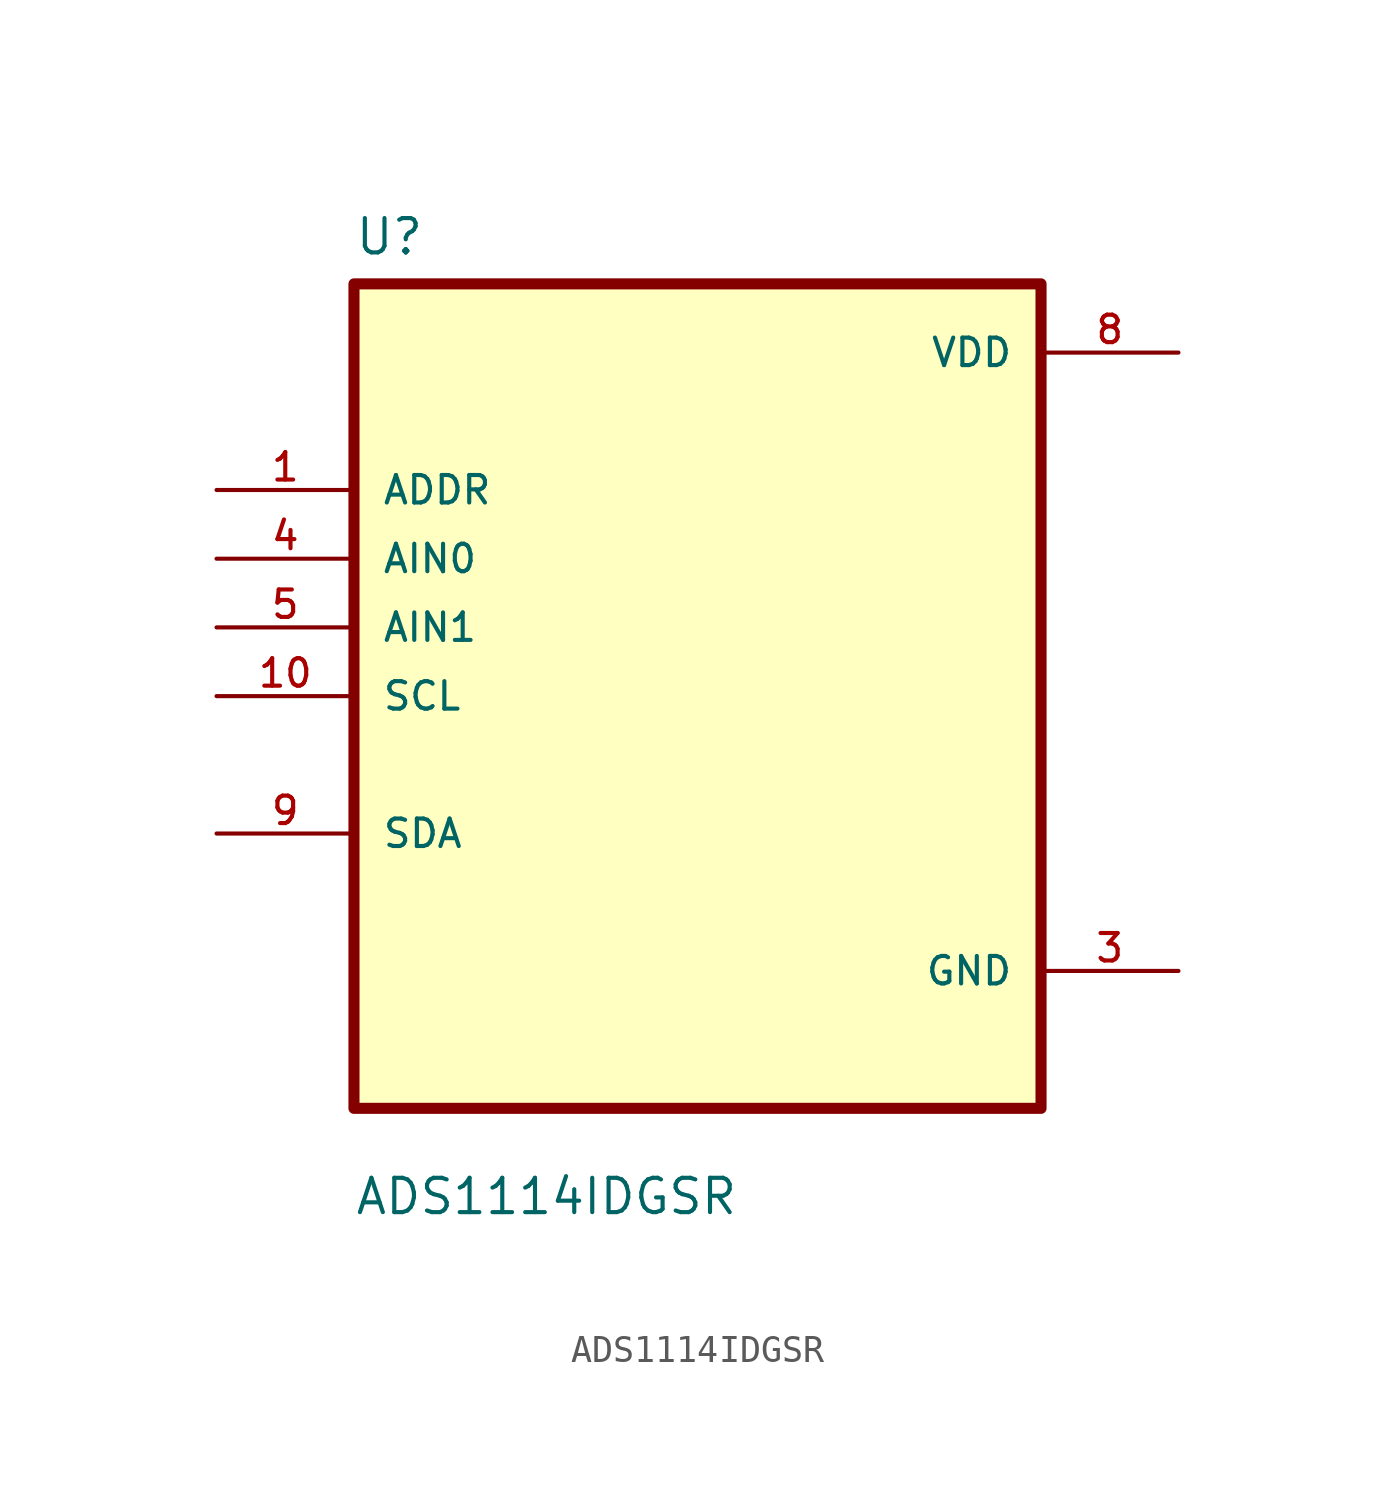
<source format=kicad_sym>
(kicad_symbol_lib
  (version 20211014)
  (generator kicad_symbol_editor)
  (symbol "ADS1114IDGSR"
    (pin_names
      (offset 1.016))
    (property "Reference" "U"
      (at -12.7 16.24 0.0)
      (effects (font (size 1.27 1.27)) (justify bottom left)))
    (property "Value" "ADS1114IDGSR"
      (at -12.7 -19.24 0.0)
      (effects (font (size 1.27 1.27)) (justify bottom left)))
    (symbol "ADS1114IDGSR_0_0"
      (rectangle (start -12.7 -15.24) (end 12.7 15.24) (stroke (width 0.41)) (fill (type background)))
      (pin input line (at -17.78 7.62 0) (length 5.08) (name "ADDR" (effects (font (size 1.016 1.016)))) (number "1" (effects (font (size 1.016 1.016)))))
      (pin input line (at -17.78 5.08 0) (length 5.08) (name "AIN0" (effects (font (size 1.016 1.016)))) (number "4" (effects (font (size 1.016 1.016)))))
      (pin input line (at -17.78 2.54 0) (length 5.08) (name "AIN1" (effects (font (size 1.016 1.016)))) (number "5" (effects (font (size 1.016 1.016)))))
      (pin input line (at -17.78 0.0 0) (length 5.08) (name "SCL" (effects (font (size 1.016 1.016)))) (number "10" (effects (font (size 1.016 1.016)))))
      (pin bidirectional line (at -17.78 -5.08 0) (length 5.08) (name "SDA" (effects (font (size 1.016 1.016)))) (number "9" (effects (font (size 1.016 1.016)))))
      (pin power_in line (at 17.78 12.7 180.0) (length 5.08) (name "VDD" (effects (font (size 1.016 1.016)))) (number "8" (effects (font (size 1.016 1.016)))))
      (pin power_in line (at 17.78 -10.16 180.0) (length 5.08) (name "GND" (effects (font (size 1.016 1.016)))) (number "3" (effects (font (size 1.016 1.016))))))))
</source>
